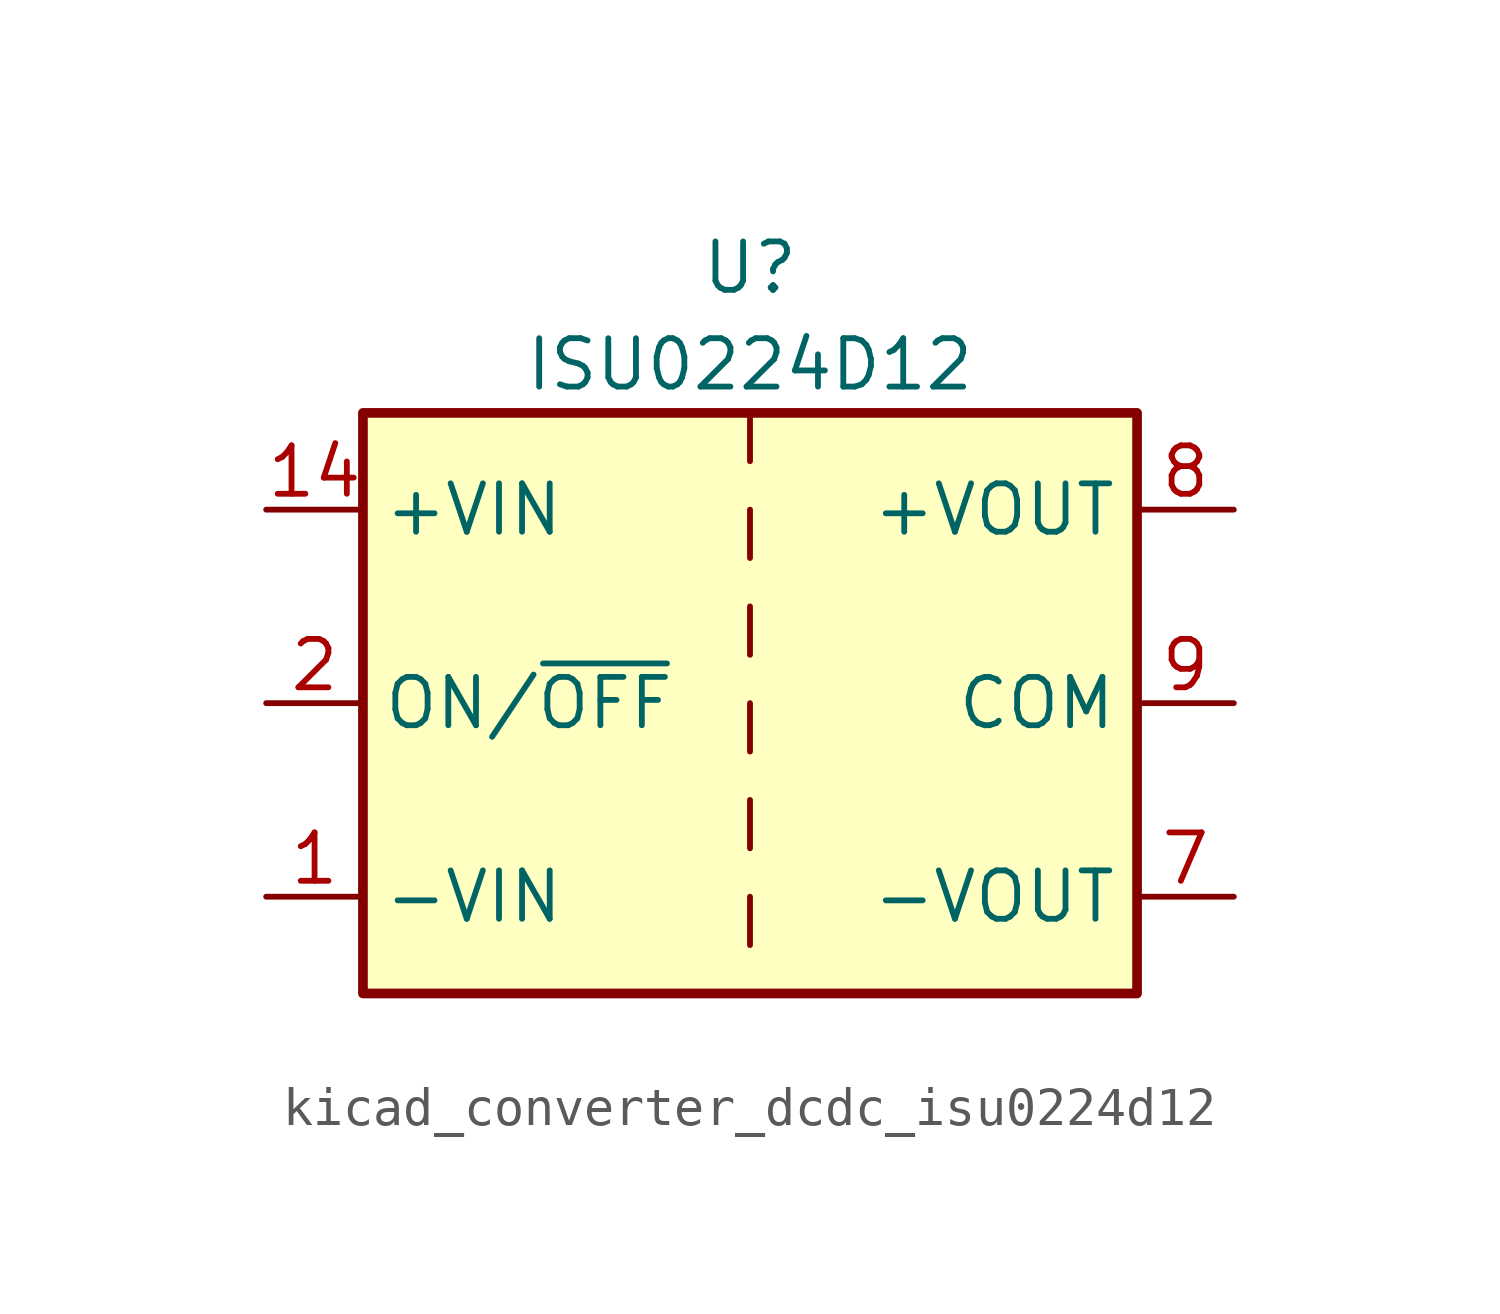
<source format=kicad_sym>
(kicad_symbol_lib
  (version 20220914)
  (generator kicad_symbol_editor)
  (symbol "kicad_converter_dcdc_isu0224d12"
    (property "Reference" "U"
      (at 0 11.43 0)
      (effects (font (size 1.27 1.27))))
    (property "Value" "ISU0224D12"
      (at 0 8.89 0)
      (effects (font (size 1.27 1.27))))
    (symbol "kicad_converter_dcdc_isu0224d12_0_1"
      (rectangle (start -10.16 7.62) (end 10.16 -7.62) (stroke (width 0.254) (type default)) (fill (type background)))
      (polyline (pts (xy 0 -5.08) (xy 0 -6.35)) (stroke (width 0) (type default)) (fill (type none)))
      (polyline (pts (xy 0 -2.54) (xy 0 -3.81)) (stroke (width 0) (type default)) (fill (type none)))
      (polyline (pts (xy 0 0) (xy 0 -1.27)) (stroke (width 0) (type default)) (fill (type none)))
      (polyline (pts (xy 0 2.54) (xy 0 1.27)) (stroke (width 0) (type default)) (fill (type none)))
      (polyline (pts (xy 0 5.08) (xy 0 3.81)) (stroke (width 0) (type default)) (fill (type none)))
      (polyline (pts (xy 0 7.62) (xy 0 6.35)) (stroke (width 0) (type default)) (fill (type none))))
    (symbol "kicad_converter_dcdc_isu0224d12_1_1"
      (pin power_in line (at -12.7 -5.08 0) (length 2.54) (name "-VIN" (effects (font (size 1.27 1.27)))) (number "1" (effects (font (size 1.27 1.27)))))
      (pin power_in line (at -12.7 5.08 0) (length 2.54) (name "+VIN" (effects (font (size 1.27 1.27)))) (number "14" (effects (font (size 1.27 1.27)))))
      (pin input line (at -12.7 0 0) (length 2.54) (name "ON/~{OFF}" (effects (font (size 1.27 1.27)))) (number "2" (effects (font (size 1.27 1.27)))))
      (pin passive line (at 12.7 0 180) (length 2.54) hide (name "COM" (effects (font (size 1.27 1.27)))) (number "6" (effects (font (size 1.27 1.27)))))
      (pin power_out line (at 12.7 -5.08 180) (length 2.54) (name "-VOUT" (effects (font (size 1.27 1.27)))) (number "7" (effects (font (size 1.27 1.27)))))
      (pin power_out line (at 12.7 5.08 180) (length 2.54) (name "+VOUT" (effects (font (size 1.27 1.27)))) (number "8" (effects (font (size 1.27 1.27)))))
      (pin power_out line (at 12.7 0 180) (length 2.54) (name "COM" (effects (font (size 1.27 1.27)))) (number "9" (effects (font (size 1.27 1.27))))))))
</source>
